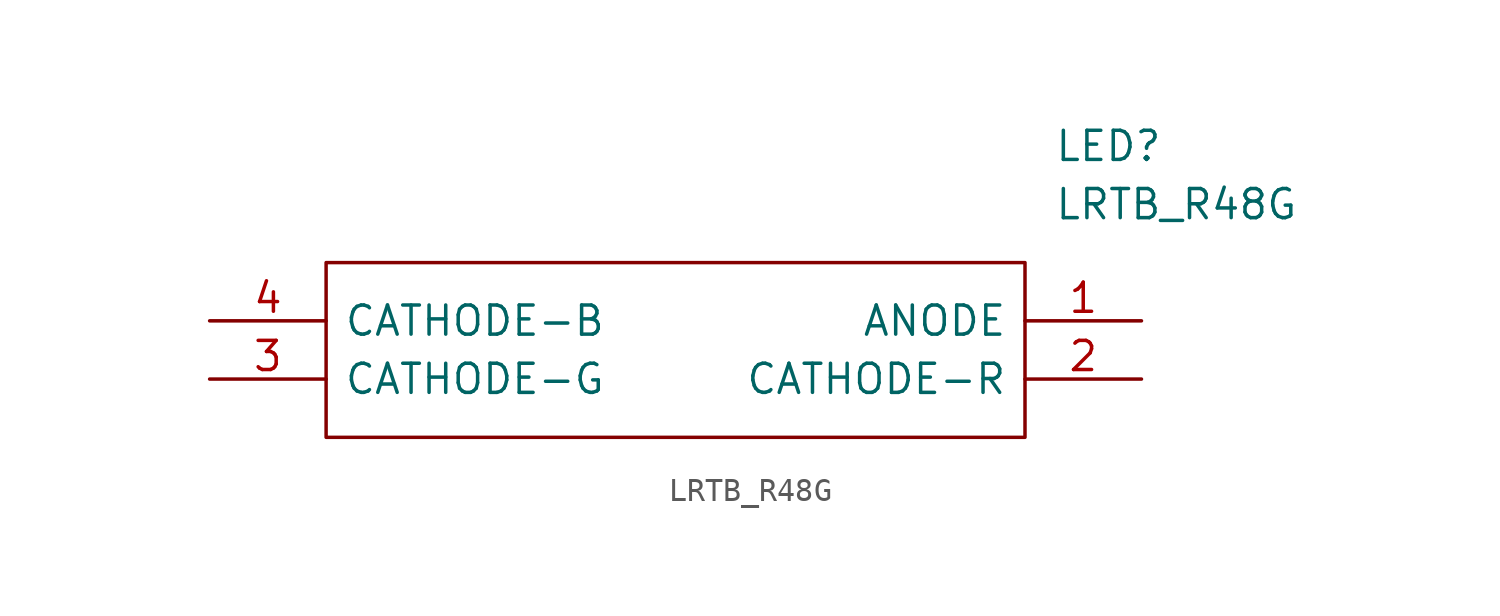
<source format=kicad_sym>
(kicad_symbol_lib
  (version 20211014)
  (generator kicad_symbol_editor)
  (symbol "LRTB_R48G"
    (pin_names
      (offset 0.762))
    (property "Reference" "LED"
      (at 36.83 7.62 0)
      (effects (font (size 1.27 1.27)) (justify left)))
    (property "Value" "LRTB_R48G"
      (at 36.83 5.08 0)
      (effects (font (size 1.27 1.27)) (justify left)))
    (symbol "LRTB_R48G_0_0"
      (pin passive line (at 40.64 0 180) (length 5.08) (name "ANODE" (effects (font (size 1.27 1.27)))) (number "1" (effects (font (size 1.27 1.27)))))
      (pin passive line (at 40.64 -2.54 180) (length 5.08) (name "CATHODE-R" (effects (font (size 1.27 1.27)))) (number "2" (effects (font (size 1.27 1.27)))))
      (pin passive line (at 0 -2.54 0) (length 5.08) (name "CATHODE-G" (effects (font (size 1.27 1.27)))) (number "3" (effects (font (size 1.27 1.27)))))
      (pin passive line (at 0 0 0) (length 5.08) (name "CATHODE-B" (effects (font (size 1.27 1.27)))) (number "4" (effects (font (size 1.27 1.27))))))
    (symbol "LRTB_R48G_0_1"
      (polyline (pts (xy 5.08 2.54) (xy 35.56 2.54) (xy 35.56 -5.08) (xy 5.08 -5.08) (xy 5.08 2.54)) (stroke (width 0.152) (type default) (color 0 0 0 0)) (fill (type none))))))
</source>
